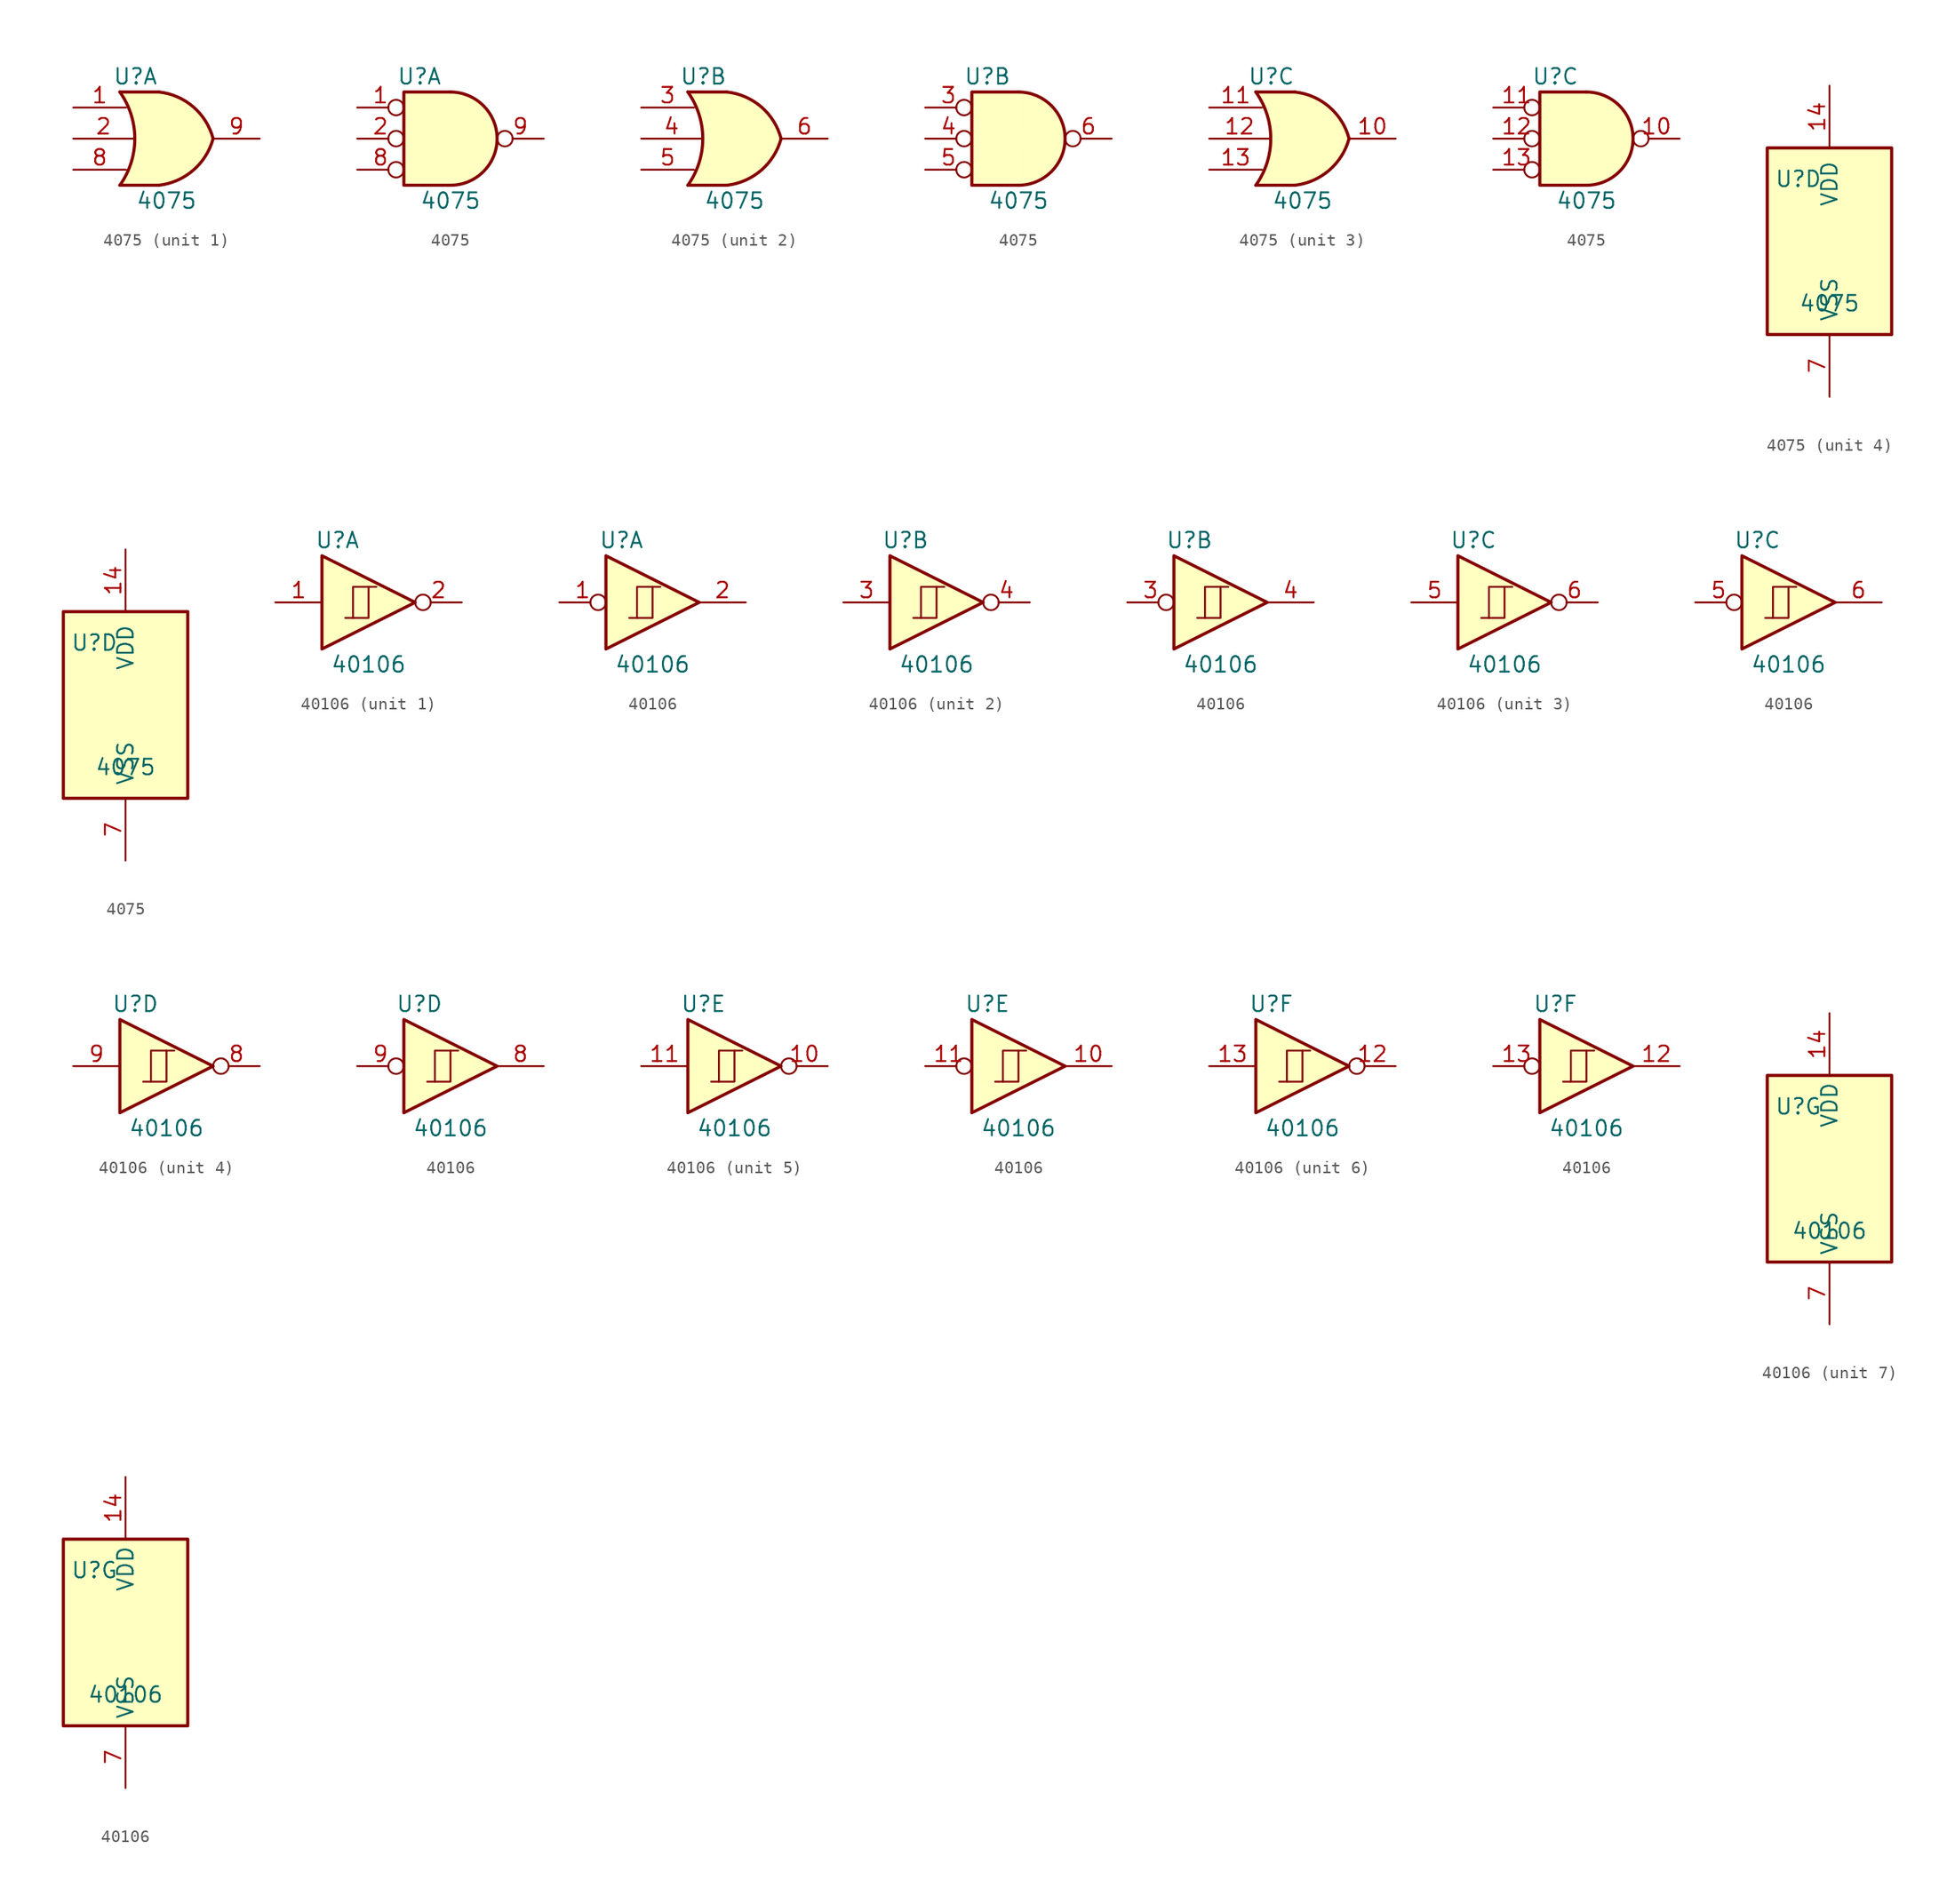
<source format=kicad_sym>
(kicad_symbol_lib
  (version 20211014)
  (generator kicad_symbol_editor)
  (symbol "4075"
    (pin_names
      (offset 1.016))
    (property "Reference" "U"
      (at -2.54 5.08 0)
      (effects (font (size 1.27 1.27))))
    (property "Value" "4075"
      (at 0 -5.08 0)
      (effects (font (size 1.27 1.27))))
    (property "ki_locked" ""
      (at 0 0 0)
      (effects (font (size 1.27 1.27))))
    (symbol "4075_1_1"
      (arc (start -3.81 -3.81) (mid -2.589 0) (end -3.81 3.81) (stroke (width 0.254) (type default) (color 0 0 0 0)) (fill (type none)))
      (arc (start -0.6096 -3.81) (mid 2.1842 -2.5851) (end 3.81 0) (stroke (width 0.254) (type default) (color 0 0 0 0)) (fill (type background)))
      (polyline (pts (xy -3.81 -3.81) (xy -0.635 -3.81)) (stroke (width 0.254) (type default) (color 0 0 0 0)) (fill (type background)))
      (polyline (pts (xy -3.81 3.81) (xy -0.635 3.81)) (stroke (width 0.254) (type default) (color 0 0 0 0)) (fill (type background)))
      (polyline (pts (xy -0.635 3.81) (xy -3.81 3.81) (xy -3.81 3.81) (xy -3.556 3.404) (xy -3.023 2.261) (xy -2.692 1.041) (xy -2.616 -0.254) (xy -2.769 -1.499) (xy -3.175 -2.718) (xy -3.81 -3.81) (xy -3.81 -3.81) (xy -0.635 -3.81)) (stroke (width -25.4) (type default) (color 0 0 0 0)) (fill (type background)))
      (arc (start 3.81 0) (mid 2.1915 2.5936) (end -0.6096 3.81) (stroke (width 0.254) (type default) (color 0 0 0 0)) (fill (type background)))
      (pin input line (at -7.62 2.54 0) (length 4.318) (name "~" (effects (font (size 1.27 1.27)))) (number "1" (effects (font (size 1.27 1.27)))))
      (pin input line (at -7.62 0 0) (length 4.953) (name "~" (effects (font (size 1.27 1.27)))) (number "2" (effects (font (size 1.27 1.27)))))
      (pin input line (at -7.62 -2.54 0) (length 4.318) (name "~" (effects (font (size 1.27 1.27)))) (number "8" (effects (font (size 1.27 1.27)))))
      (pin output line (at 7.62 0 180) (length 3.81) (name "~" (effects (font (size 1.27 1.27)))) (number "9" (effects (font (size 1.27 1.27))))))
    (symbol "4075_1_2"
      (arc (start 0 -3.81) (mid 3.81 0) (end 0 3.81) (stroke (width 0.254) (type default) (color 0 0 0 0)) (fill (type background)))
      (polyline (pts (xy 0 3.81) (xy -3.81 3.81) (xy -3.81 -3.81) (xy 0 -3.81)) (stroke (width 0.254) (type default) (color 0 0 0 0)) (fill (type background)))
      (pin input inverted (at -7.62 2.54 0) (length 3.81) (name "~" (effects (font (size 1.27 1.27)))) (number "1" (effects (font (size 1.27 1.27)))))
      (pin input inverted (at -7.62 0 0) (length 3.81) (name "~" (effects (font (size 1.27 1.27)))) (number "2" (effects (font (size 1.27 1.27)))))
      (pin input inverted (at -7.62 -2.54 0) (length 3.81) (name "~" (effects (font (size 1.27 1.27)))) (number "8" (effects (font (size 1.27 1.27)))))
      (pin output inverted (at 7.62 0 180) (length 3.81) (name "~" (effects (font (size 1.27 1.27)))) (number "9" (effects (font (size 1.27 1.27))))))
    (symbol "4075_2_1"
      (arc (start -3.81 -3.81) (mid -2.589 0) (end -3.81 3.81) (stroke (width 0.254) (type default) (color 0 0 0 0)) (fill (type none)))
      (arc (start -0.6096 -3.81) (mid 2.1842 -2.5851) (end 3.81 0) (stroke (width 0.254) (type default) (color 0 0 0 0)) (fill (type background)))
      (polyline (pts (xy -3.81 -3.81) (xy -0.635 -3.81)) (stroke (width 0.254) (type default) (color 0 0 0 0)) (fill (type background)))
      (polyline (pts (xy -3.81 3.81) (xy -0.635 3.81)) (stroke (width 0.254) (type default) (color 0 0 0 0)) (fill (type background)))
      (polyline (pts (xy -0.635 3.81) (xy -3.81 3.81) (xy -3.81 3.81) (xy -3.556 3.404) (xy -3.023 2.261) (xy -2.692 1.041) (xy -2.616 -0.254) (xy -2.769 -1.499) (xy -3.175 -2.718) (xy -3.81 -3.81) (xy -3.81 -3.81) (xy -0.635 -3.81)) (stroke (width -25.4) (type default) (color 0 0 0 0)) (fill (type background)))
      (arc (start 3.81 0) (mid 2.1915 2.5936) (end -0.6096 3.81) (stroke (width 0.254) (type default) (color 0 0 0 0)) (fill (type background)))
      (pin input line (at -7.62 2.54 0) (length 4.318) (name "~" (effects (font (size 1.27 1.27)))) (number "3" (effects (font (size 1.27 1.27)))))
      (pin input line (at -7.62 0 0) (length 4.953) (name "~" (effects (font (size 1.27 1.27)))) (number "4" (effects (font (size 1.27 1.27)))))
      (pin input line (at -7.62 -2.54 0) (length 4.318) (name "~" (effects (font (size 1.27 1.27)))) (number "5" (effects (font (size 1.27 1.27)))))
      (pin output line (at 7.62 0 180) (length 3.81) (name "~" (effects (font (size 1.27 1.27)))) (number "6" (effects (font (size 1.27 1.27))))))
    (symbol "4075_2_2"
      (arc (start 0 -3.81) (mid 3.81 0) (end 0 3.81) (stroke (width 0.254) (type default) (color 0 0 0 0)) (fill (type background)))
      (polyline (pts (xy 0 3.81) (xy -3.81 3.81) (xy -3.81 -3.81) (xy 0 -3.81)) (stroke (width 0.254) (type default) (color 0 0 0 0)) (fill (type background)))
      (pin input inverted (at -7.62 2.54 0) (length 3.81) (name "~" (effects (font (size 1.27 1.27)))) (number "3" (effects (font (size 1.27 1.27)))))
      (pin input inverted (at -7.62 0 0) (length 3.81) (name "~" (effects (font (size 1.27 1.27)))) (number "4" (effects (font (size 1.27 1.27)))))
      (pin input inverted (at -7.62 -2.54 0) (length 3.81) (name "~" (effects (font (size 1.27 1.27)))) (number "5" (effects (font (size 1.27 1.27)))))
      (pin output inverted (at 7.62 0 180) (length 3.81) (name "~" (effects (font (size 1.27 1.27)))) (number "6" (effects (font (size 1.27 1.27))))))
    (symbol "4075_3_1"
      (arc (start -3.81 -3.81) (mid -2.589 0) (end -3.81 3.81) (stroke (width 0.254) (type default) (color 0 0 0 0)) (fill (type none)))
      (arc (start -0.6096 -3.81) (mid 2.1842 -2.5851) (end 3.81 0) (stroke (width 0.254) (type default) (color 0 0 0 0)) (fill (type background)))
      (polyline (pts (xy -3.81 -3.81) (xy -0.635 -3.81)) (stroke (width 0.254) (type default) (color 0 0 0 0)) (fill (type background)))
      (polyline (pts (xy -3.81 3.81) (xy -0.635 3.81)) (stroke (width 0.254) (type default) (color 0 0 0 0)) (fill (type background)))
      (polyline (pts (xy -0.635 3.81) (xy -3.81 3.81) (xy -3.81 3.81) (xy -3.556 3.404) (xy -3.023 2.261) (xy -2.692 1.041) (xy -2.616 -0.254) (xy -2.769 -1.499) (xy -3.175 -2.718) (xy -3.81 -3.81) (xy -3.81 -3.81) (xy -0.635 -3.81)) (stroke (width -25.4) (type default) (color 0 0 0 0)) (fill (type background)))
      (arc (start 3.81 0) (mid 2.1915 2.5936) (end -0.6096 3.81) (stroke (width 0.254) (type default) (color 0 0 0 0)) (fill (type background)))
      (pin output line (at 7.62 0 180) (length 3.81) (name "~" (effects (font (size 1.27 1.27)))) (number "10" (effects (font (size 1.27 1.27)))))
      (pin input line (at -7.62 2.54 0) (length 4.318) (name "~" (effects (font (size 1.27 1.27)))) (number "11" (effects (font (size 1.27 1.27)))))
      (pin input line (at -7.62 0 0) (length 4.953) (name "~" (effects (font (size 1.27 1.27)))) (number "12" (effects (font (size 1.27 1.27)))))
      (pin input line (at -7.62 -2.54 0) (length 4.318) (name "~" (effects (font (size 1.27 1.27)))) (number "13" (effects (font (size 1.27 1.27))))))
    (symbol "4075_3_2"
      (arc (start 0 -3.81) (mid 3.81 0) (end 0 3.81) (stroke (width 0.254) (type default) (color 0 0 0 0)) (fill (type background)))
      (polyline (pts (xy 0 3.81) (xy -3.81 3.81) (xy -3.81 -3.81) (xy 0 -3.81)) (stroke (width 0.254) (type default) (color 0 0 0 0)) (fill (type background)))
      (pin output inverted (at 7.62 0 180) (length 3.81) (name "~" (effects (font (size 1.27 1.27)))) (number "10" (effects (font (size 1.27 1.27)))))
      (pin input inverted (at -7.62 2.54 0) (length 3.81) (name "~" (effects (font (size 1.27 1.27)))) (number "11" (effects (font (size 1.27 1.27)))))
      (pin input inverted (at -7.62 0 0) (length 3.81) (name "~" (effects (font (size 1.27 1.27)))) (number "12" (effects (font (size 1.27 1.27)))))
      (pin input inverted (at -7.62 -2.54 0) (length 3.81) (name "~" (effects (font (size 1.27 1.27)))) (number "13" (effects (font (size 1.27 1.27))))))
    (symbol "4075_4_0"
      (pin power_in line (at 0 12.7 270) (length 5.08) (name "VDD" (effects (font (size 1.27 1.27)))) (number "14" (effects (font (size 1.27 1.27)))))
      (pin power_in line (at 0 -12.7 90) (length 5.08) (name "VSS" (effects (font (size 1.27 1.27)))) (number "7" (effects (font (size 1.27 1.27))))))
    (symbol "4075_4_1"
      (rectangle (start -5.08 7.62) (end 5.08 -7.62) (stroke (width 0.254) (type default) (color 0 0 0 0)) (fill (type background))))
    (symbol "4075_4_2"
      (rectangle (start -5.08 7.62) (end 5.08 -7.62) (stroke (width 0.254) (type default) (color 0 0 0 0)) (fill (type background)))))
  (symbol "40106"
    (property "Reference" "U"
      (at -2.54 5.08 0)
      (effects (font (size 1.27 1.27))))
    (property "Value" "40106"
      (at 0 -5.08 0)
      (effects (font (size 1.27 1.27))))
    (property "ki_locked" ""
      (at 0 0 0)
      (effects (font (size 1.27 1.27))))
    (symbol "40106_1_0"
      (polyline (pts (xy -3.81 3.81) (xy -3.81 -3.81) (xy 3.81 0) (xy -3.81 3.81)) (stroke (width 0.254) (type default) (color 0 0 0 0)) (fill (type background))))
    (symbol "40106_1_1"
      (polyline (pts (xy -1.27 -1.27) (xy -1.27 1.27) (xy 0 1.27)) (stroke (width 0) (type default) (color 0 0 0 0)) (fill (type none)))
      (polyline (pts (xy -1.905 -1.27) (xy 0 -1.27) (xy 0 1.27) (xy 0.635 1.27)) (stroke (width 0) (type default) (color 0 0 0 0)) (fill (type none)))
      (pin input line (at -7.62 0 0) (length 3.81) (name "~" (effects (font (size 1.27 1.27)))) (number "1" (effects (font (size 1.27 1.27)))))
      (pin output inverted (at 7.62 0 180) (length 3.81) (name "~" (effects (font (size 1.27 1.27)))) (number "2" (effects (font (size 1.27 1.27))))))
    (symbol "40106_1_2"
      (polyline (pts (xy -1.27 -1.27) (xy -1.27 1.27) (xy 0 1.27)) (stroke (width 0) (type default) (color 0 0 0 0)) (fill (type none)))
      (polyline (pts (xy -1.905 -1.27) (xy 0 -1.27) (xy 0 1.27) (xy 0.635 1.27)) (stroke (width 0) (type default) (color 0 0 0 0)) (fill (type none)))
      (pin input inverted (at -7.62 0 0) (length 3.81) (name "~" (effects (font (size 1.27 1.27)))) (number "1" (effects (font (size 1.27 1.27)))))
      (pin output line (at 7.62 0 180) (length 3.81) (name "~" (effects (font (size 1.27 1.27)))) (number "2" (effects (font (size 1.27 1.27))))))
    (symbol "40106_2_0"
      (polyline (pts (xy -3.81 3.81) (xy -3.81 -3.81) (xy 3.81 0) (xy -3.81 3.81)) (stroke (width 0.254) (type default) (color 0 0 0 0)) (fill (type background))))
    (symbol "40106_2_1"
      (polyline (pts (xy -1.27 -1.27) (xy -1.27 1.27) (xy 0 1.27)) (stroke (width 0) (type default) (color 0 0 0 0)) (fill (type none)))
      (polyline (pts (xy -1.905 -1.27) (xy 0 -1.27) (xy 0 1.27) (xy 0.635 1.27)) (stroke (width 0) (type default) (color 0 0 0 0)) (fill (type none)))
      (pin input line (at -7.62 0 0) (length 3.81) (name "~" (effects (font (size 1.27 1.27)))) (number "3" (effects (font (size 1.27 1.27)))))
      (pin output inverted (at 7.62 0 180) (length 3.81) (name "~" (effects (font (size 1.27 1.27)))) (number "4" (effects (font (size 1.27 1.27))))))
    (symbol "40106_2_2"
      (polyline (pts (xy -1.27 -1.27) (xy -1.27 1.27) (xy 0 1.27)) (stroke (width 0) (type default) (color 0 0 0 0)) (fill (type none)))
      (polyline (pts (xy -1.905 -1.27) (xy 0 -1.27) (xy 0 1.27) (xy 0.635 1.27)) (stroke (width 0) (type default) (color 0 0 0 0)) (fill (type none)))
      (pin input inverted (at -7.62 0 0) (length 3.81) (name "~" (effects (font (size 1.27 1.27)))) (number "3" (effects (font (size 1.27 1.27)))))
      (pin output line (at 7.62 0 180) (length 3.81) (name "~" (effects (font (size 1.27 1.27)))) (number "4" (effects (font (size 1.27 1.27))))))
    (symbol "40106_3_0"
      (polyline (pts (xy -3.81 3.81) (xy -3.81 -3.81) (xy 3.81 0) (xy -3.81 3.81)) (stroke (width 0.254) (type default) (color 0 0 0 0)) (fill (type background))))
    (symbol "40106_3_1"
      (polyline (pts (xy -1.27 -1.27) (xy -1.27 1.27) (xy 0 1.27)) (stroke (width 0) (type default) (color 0 0 0 0)) (fill (type none)))
      (polyline (pts (xy -1.905 -1.27) (xy 0 -1.27) (xy 0 1.27) (xy 0.635 1.27)) (stroke (width 0) (type default) (color 0 0 0 0)) (fill (type none)))
      (pin input line (at -7.62 0 0) (length 3.81) (name "~" (effects (font (size 1.27 1.27)))) (number "5" (effects (font (size 1.27 1.27)))))
      (pin output inverted (at 7.62 0 180) (length 3.81) (name "~" (effects (font (size 1.27 1.27)))) (number "6" (effects (font (size 1.27 1.27))))))
    (symbol "40106_3_2"
      (polyline (pts (xy -1.27 -1.27) (xy -1.27 1.27) (xy 0 1.27)) (stroke (width 0) (type default) (color 0 0 0 0)) (fill (type none)))
      (polyline (pts (xy -1.905 -1.27) (xy 0 -1.27) (xy 0 1.27) (xy 0.635 1.27)) (stroke (width 0) (type default) (color 0 0 0 0)) (fill (type none)))
      (pin input inverted (at -7.62 0 0) (length 3.81) (name "~" (effects (font (size 1.27 1.27)))) (number "5" (effects (font (size 1.27 1.27)))))
      (pin output line (at 7.62 0 180) (length 3.81) (name "~" (effects (font (size 1.27 1.27)))) (number "6" (effects (font (size 1.27 1.27))))))
    (symbol "40106_4_0"
      (polyline (pts (xy -3.81 3.81) (xy -3.81 -3.81) (xy 3.81 0) (xy -3.81 3.81)) (stroke (width 0.254) (type default) (color 0 0 0 0)) (fill (type background))))
    (symbol "40106_4_1"
      (polyline (pts (xy -1.27 -1.27) (xy -1.27 1.27) (xy 0 1.27)) (stroke (width 0) (type default) (color 0 0 0 0)) (fill (type none)))
      (polyline (pts (xy -1.905 -1.27) (xy 0 -1.27) (xy 0 1.27) (xy 0.635 1.27)) (stroke (width 0) (type default) (color 0 0 0 0)) (fill (type none)))
      (pin output inverted (at 7.62 0 180) (length 3.81) (name "~" (effects (font (size 1.27 1.27)))) (number "8" (effects (font (size 1.27 1.27)))))
      (pin input line (at -7.62 0 0) (length 3.81) (name "~" (effects (font (size 1.27 1.27)))) (number "9" (effects (font (size 1.27 1.27))))))
    (symbol "40106_4_2"
      (polyline (pts (xy -1.27 -1.27) (xy -1.27 1.27) (xy 0 1.27)) (stroke (width 0) (type default) (color 0 0 0 0)) (fill (type none)))
      (polyline (pts (xy -1.905 -1.27) (xy 0 -1.27) (xy 0 1.27) (xy 0.635 1.27)) (stroke (width 0) (type default) (color 0 0 0 0)) (fill (type none)))
      (pin output line (at 7.62 0 180) (length 3.81) (name "~" (effects (font (size 1.27 1.27)))) (number "8" (effects (font (size 1.27 1.27)))))
      (pin input inverted (at -7.62 0 0) (length 3.81) (name "~" (effects (font (size 1.27 1.27)))) (number "9" (effects (font (size 1.27 1.27))))))
    (symbol "40106_5_0"
      (polyline (pts (xy -3.81 3.81) (xy -3.81 -3.81) (xy 3.81 0) (xy -3.81 3.81)) (stroke (width 0.254) (type default) (color 0 0 0 0)) (fill (type background))))
    (symbol "40106_5_1"
      (polyline (pts (xy -1.27 -1.27) (xy -1.27 1.27) (xy 0 1.27)) (stroke (width 0) (type default) (color 0 0 0 0)) (fill (type none)))
      (polyline (pts (xy -1.905 -1.27) (xy 0 -1.27) (xy 0 1.27) (xy 0.635 1.27)) (stroke (width 0) (type default) (color 0 0 0 0)) (fill (type none)))
      (pin output inverted (at 7.62 0 180) (length 3.81) (name "~" (effects (font (size 1.27 1.27)))) (number "10" (effects (font (size 1.27 1.27)))))
      (pin input line (at -7.62 0 0) (length 3.81) (name "~" (effects (font (size 1.27 1.27)))) (number "11" (effects (font (size 1.27 1.27))))))
    (symbol "40106_5_2"
      (polyline (pts (xy -1.27 -1.27) (xy -1.27 1.27) (xy 0 1.27)) (stroke (width 0) (type default) (color 0 0 0 0)) (fill (type none)))
      (polyline (pts (xy -1.905 -1.27) (xy 0 -1.27) (xy 0 1.27) (xy 0.635 1.27)) (stroke (width 0) (type default) (color 0 0 0 0)) (fill (type none)))
      (pin output line (at 7.62 0 180) (length 3.81) (name "~" (effects (font (size 1.27 1.27)))) (number "10" (effects (font (size 1.27 1.27)))))
      (pin input inverted (at -7.62 0 0) (length 3.81) (name "~" (effects (font (size 1.27 1.27)))) (number "11" (effects (font (size 1.27 1.27))))))
    (symbol "40106_6_0"
      (polyline (pts (xy -3.81 3.81) (xy -3.81 -3.81) (xy 3.81 0) (xy -3.81 3.81)) (stroke (width 0.254) (type default) (color 0 0 0 0)) (fill (type background))))
    (symbol "40106_6_1"
      (polyline (pts (xy -1.27 -1.27) (xy -1.27 1.27) (xy 0 1.27)) (stroke (width 0) (type default) (color 0 0 0 0)) (fill (type none)))
      (polyline (pts (xy -1.905 -1.27) (xy 0 -1.27) (xy 0 1.27) (xy 0.635 1.27)) (stroke (width 0) (type default) (color 0 0 0 0)) (fill (type none)))
      (pin output inverted (at 7.62 0 180) (length 3.81) (name "~" (effects (font (size 1.27 1.27)))) (number "12" (effects (font (size 1.27 1.27)))))
      (pin input line (at -7.62 0 0) (length 3.81) (name "~" (effects (font (size 1.27 1.27)))) (number "13" (effects (font (size 1.27 1.27))))))
    (symbol "40106_6_2"
      (polyline (pts (xy -1.27 -1.27) (xy -1.27 1.27) (xy 0 1.27)) (stroke (width 0) (type default) (color 0 0 0 0)) (fill (type none)))
      (polyline (pts (xy -1.905 -1.27) (xy 0 -1.27) (xy 0 1.27) (xy 0.635 1.27)) (stroke (width 0) (type default) (color 0 0 0 0)) (fill (type none)))
      (pin output line (at 7.62 0 180) (length 3.81) (name "~" (effects (font (size 1.27 1.27)))) (number "12" (effects (font (size 1.27 1.27)))))
      (pin input inverted (at -7.62 0 0) (length 3.81) (name "~" (effects (font (size 1.27 1.27)))) (number "13" (effects (font (size 1.27 1.27))))))
    (symbol "40106_7_0"
      (pin power_in line (at 0 12.7 270) (length 5.08) (name "VDD" (effects (font (size 1.27 1.27)))) (number "14" (effects (font (size 1.27 1.27)))))
      (pin power_in line (at 0 -12.7 90) (length 5.08) (name "VSS" (effects (font (size 1.27 1.27)))) (number "7" (effects (font (size 1.27 1.27))))))
    (symbol "40106_7_1"
      (rectangle (start -5.08 7.62) (end 5.08 -7.62) (stroke (width 0.254) (type default) (color 0 0 0 0)) (fill (type background))))
    (symbol "40106_7_2"
      (rectangle (start -5.08 7.62) (end 5.08 -7.62) (stroke (width 0.254) (type default) (color 0 0 0 0)) (fill (type background))))))
</source>
